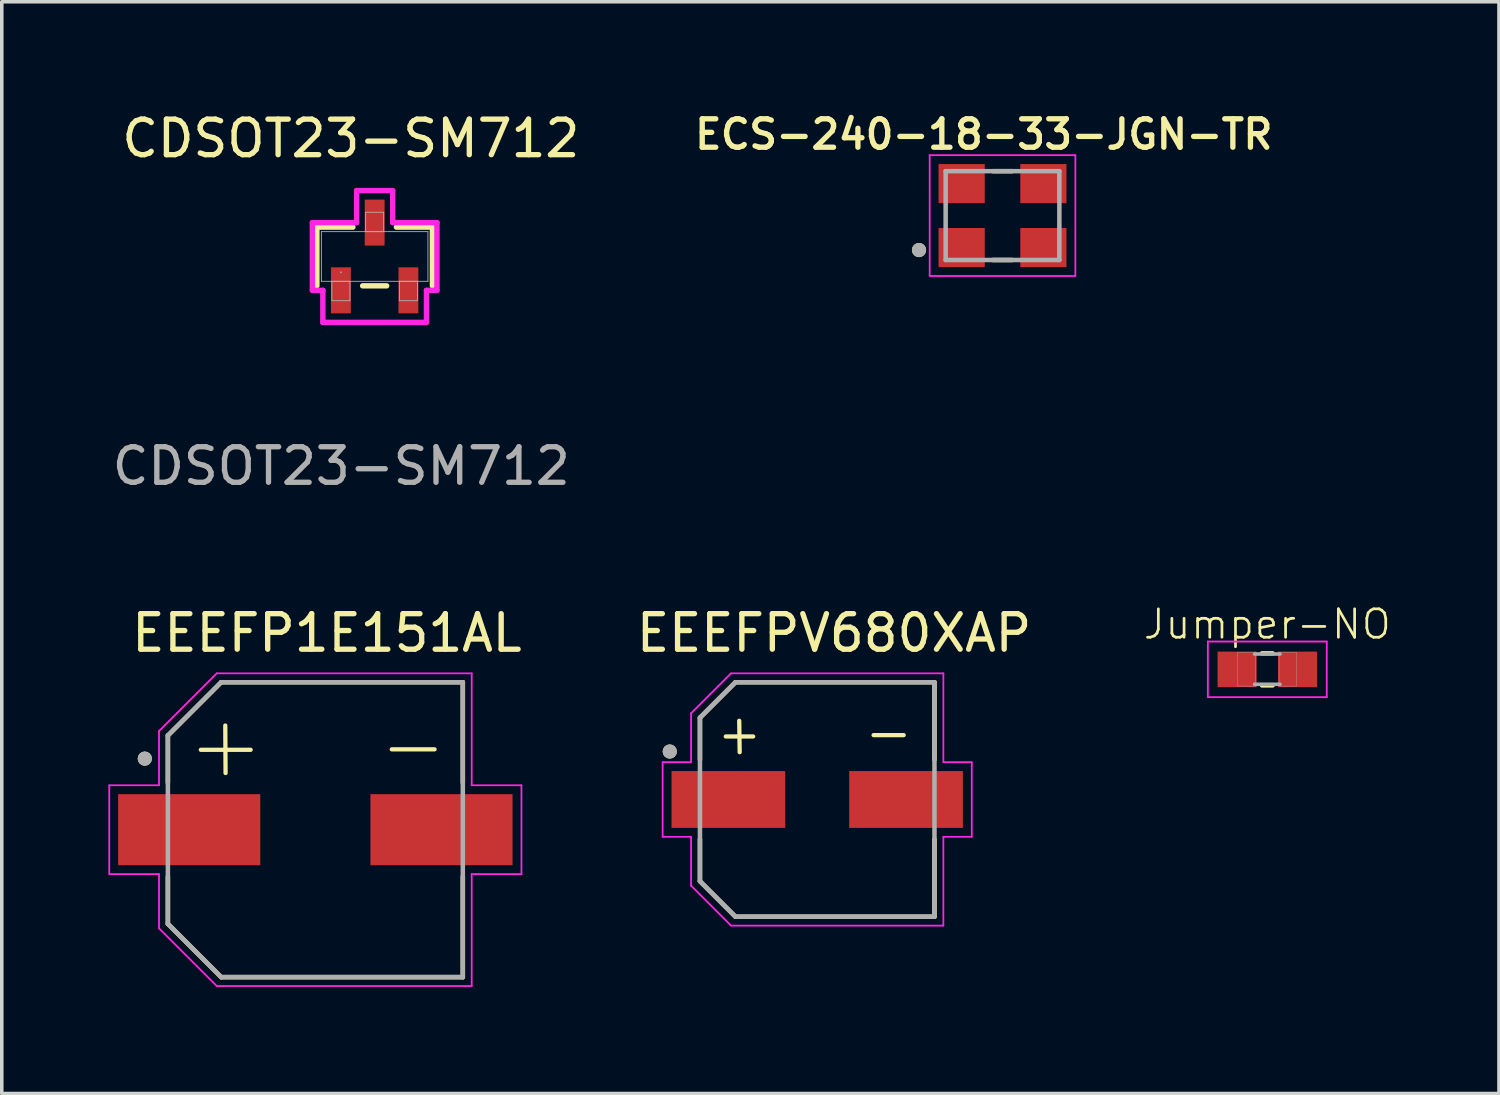
<source format=kicad_pcb>
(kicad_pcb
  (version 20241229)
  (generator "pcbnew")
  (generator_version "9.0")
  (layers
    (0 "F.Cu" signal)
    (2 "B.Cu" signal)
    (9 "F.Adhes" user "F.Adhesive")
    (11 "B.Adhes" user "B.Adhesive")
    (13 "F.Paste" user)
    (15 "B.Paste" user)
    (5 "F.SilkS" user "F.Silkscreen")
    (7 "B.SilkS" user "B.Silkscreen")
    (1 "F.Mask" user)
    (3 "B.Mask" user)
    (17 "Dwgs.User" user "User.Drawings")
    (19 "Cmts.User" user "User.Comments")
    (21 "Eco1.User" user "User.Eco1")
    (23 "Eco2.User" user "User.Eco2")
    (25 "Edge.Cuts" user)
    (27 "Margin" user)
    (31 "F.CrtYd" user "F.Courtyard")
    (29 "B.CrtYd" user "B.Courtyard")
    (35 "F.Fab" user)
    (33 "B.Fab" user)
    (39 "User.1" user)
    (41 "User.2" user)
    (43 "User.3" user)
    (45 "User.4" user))
  (footprint "CDSOT23-SM712"
    (layer "F.Cu")
    (at 7.494 4.168)
    (property "Reference" "CDSOT23-SM712" (at -0.67 -3.32 0) (unlocked yes) (layer "F.SilkS") (effects (font (size 1 1) (thickness 0.15))))
    (attr smd)
    (fp_line (start -1.626 -0.826) (end -1.626 0.826) (stroke (width 0.152) (type solid)) (layer "F.SilkS"))
    (fp_line (start -0.612 -0.826) (end -1.626 -0.826) (stroke (width 0.152) (type solid)) (layer "F.SilkS"))
    (fp_line (start -0.338 0.826) (end 0.338 0.826) (stroke (width 0.152) (type solid)) (layer "F.SilkS"))
    (fp_line (start 1.626 -0.826) (end 0.612 -0.826) (stroke (width 0.152) (type solid)) (layer "F.SilkS"))
    (fp_line (start 1.626 0.826) (end 1.626 -0.826) (stroke (width 0.152) (type solid)) (layer "F.SilkS"))
    (fp_line (start -1.753 -0.953) (end -0.508 -0.953) (stroke (width 0.152) (type solid)) (layer "F.CrtYd"))
    (fp_line (start -1.753 0.953) (end -1.753 -0.953) (stroke (width 0.152) (type solid)) (layer "F.CrtYd"))
    (fp_line (start -1.753 0.953) (end -1.458 0.953) (stroke (width 0.152) (type solid)) (layer "F.CrtYd"))
    (fp_line (start -1.458 0.953) (end -1.458 1.854) (stroke (width 0.152) (type solid)) (layer "F.CrtYd"))
    (fp_line (start -1.458 1.854) (end 1.458 1.854) (stroke (width 0.152) (type solid)) (layer "F.CrtYd"))
    (fp_line (start -0.508 -1.854) (end 0.508 -1.854) (stroke (width 0.152) (type solid)) (layer "F.CrtYd"))
    (fp_line (start -0.508 -0.953) (end -0.508 -1.854) (stroke (width 0.152) (type solid)) (layer "F.CrtYd"))
    (fp_line (start 0.508 -0.953) (end 0.508 -1.854) (stroke (width 0.152) (type solid)) (layer "F.CrtYd"))
    (fp_line (start 1.458 0.953) (end 1.458 1.854) (stroke (width 0.152) (type solid)) (layer "F.CrtYd"))
    (fp_line (start 1.753 -0.953) (end 0.508 -0.953) (stroke (width 0.152) (type solid)) (layer "F.CrtYd"))
    (fp_line (start 1.753 -0.953) (end 1.753 0.953) (stroke (width 0.152) (type solid)) (layer "F.CrtYd"))
    (fp_line (start 1.753 0.953) (end 1.458 0.953) (stroke (width 0.152) (type solid)) (layer "F.CrtYd"))
    (fp_line (start -1.499 -0.699) (end -1.499 0.699) (stroke (width 0.025) (type solid)) (layer "F.Fab"))
    (fp_line (start -1.499 0.699) (end 1.499 0.699) (stroke (width 0.025) (type solid)) (layer "F.Fab"))
    (fp_line (start -1.204 0.699) (end -1.204 1.245) (stroke (width 0.025) (type solid)) (layer "F.Fab"))
    (fp_line (start -1.204 1.245) (end -0.696 1.245) (stroke (width 0.025) (type solid)) (layer "F.Fab"))
    (fp_line (start -0.696 0.699) (end -1.204 0.699) (stroke (width 0.025) (type solid)) (layer "F.Fab"))
    (fp_line (start -0.696 1.245) (end -0.696 0.699) (stroke (width 0.025) (type solid)) (layer "F.Fab"))
    (fp_line (start -0.254 -1.245) (end -0.254 -0.699) (stroke (width 0.025) (type solid)) (layer "F.Fab"))
    (fp_line (start -0.254 -0.699) (end 0.254 -0.699) (stroke (width 0.025) (type solid)) (layer "F.Fab"))
    (fp_line (start 0.254 -1.245) (end -0.254 -1.245) (stroke (width 0.025) (type solid)) (layer "F.Fab"))
    (fp_line (start 0.254 -0.699) (end 0.254 -1.245) (stroke (width 0.025) (type solid)) (layer "F.Fab"))
    (fp_line (start 0.696 0.699) (end 0.696 1.245) (stroke (width 0.025) (type solid)) (layer "F.Fab"))
    (fp_line (start 0.696 1.245) (end 1.204 1.245) (stroke (width 0.025) (type solid)) (layer "F.Fab"))
    (fp_line (start 1.204 0.699) (end 0.696 0.699) (stroke (width 0.025) (type solid)) (layer "F.Fab"))
    (fp_line (start 1.204 1.245) (end 1.204 0.699) (stroke (width 0.025) (type solid)) (layer "F.Fab"))
    (fp_line (start 1.499 -0.699) (end -1.499 -0.699) (stroke (width 0.025) (type solid)) (layer "F.Fab"))
    (fp_line (start 1.499 0.699) (end 1.499 -0.699) (stroke (width 0.025) (type solid)) (layer "F.Fab"))
    (fp_circle (center -0.95 0.445) (end -0.95 0.445) (stroke (width 0.025) (type solid)) (fill no) (layer "F.Fab"))
    (fp_text user "${REFERENCE}" (at -0.94 5.9 0) (unlocked yes) (layer "F.Fab") (effects (font (size 1 1) (thickness 0.15))))
    (pad "1" smd rect (at -0.95 0.953) (size 0.559 1.295) (layers "F.Cu" "F.Mask" "F.Paste"))
    (pad "2" smd rect (at 0.95 0.953) (size 0.559 1.295) (layers "F.Cu" "F.Mask" "F.Paste"))
    (pad "3" smd rect (at 0 -0.953) (size 0.559 1.295) (layers "F.Cu" "F.Mask" "F.Paste")))
  (footprint "Jumper-NO"
    (layer "F.Cu")
    (at 32.616 15.788)
    (property "Reference" "Jumper-NO" (at 0 -1.27 0) (layer "F.SilkS") (effects (font (size 0.8 0.8) (thickness 0.076))))
    (attr through_hole)
    (fp_line (start -0.15 -0.45) (end 0.15 -0.45) (stroke (width 0.127) (type solid)) (layer "F.SilkS"))
    (fp_line (start -0.15 0.45) (end 0.15 0.45) (stroke (width 0.127) (type solid)) (layer "F.SilkS"))
    (fp_line (start -1.673 -0.783) (end 1.673 -0.783) (stroke (width 0.051) (type solid)) (layer "F.CrtYd"))
    (fp_line (start -1.673 0.783) (end -1.673 -0.783) (stroke (width 0.051) (type solid)) (layer "F.CrtYd"))
    (fp_line (start 1.673 -0.783) (end 1.673 0.783) (stroke (width 0.051) (type solid)) (layer "F.CrtYd"))
    (fp_line (start 1.673 0.783) (end -1.673 0.783) (stroke (width 0.051) (type solid)) (layer "F.CrtYd"))
    (fp_line (start -0.356 -0.432) (end 0.356 -0.432) (stroke (width 0.102) (type solid)) (layer "F.Fab"))
    (fp_line (start -0.356 0.419) (end 0.356 0.419) (stroke (width 0.102) (type solid)) (layer "F.Fab"))
    (fp_poly (pts (xy -0.839 -0.48) (xy -0.338 -0.48) (xy -0.338 0.47) (xy -0.839 0.47)) (stroke (width 0.01) (type solid)) (fill no) (layer "F.Fab"))
    (fp_poly (pts (xy 0.331 -0.48) (xy 0.83 -0.48) (xy 0.83 0.471) (xy 0.331 0.471)) (stroke (width 0.01) (type solid)) (fill no) (layer "F.Fab"))
    (pad "1" smd rect (at -0.85 0) (size 1.1 1) (layers "F.Cu" "F.Mask" "F.Paste"))
    (pad "2" smd rect (at 0.85 0) (size 1.1 1) (layers "F.Cu" "F.Mask" "F.Paste")))
  (footprint "ECS-240-18-33-JGN-TR"
    (layer "F.Cu")
    (at 25.164 3.017)
    (property "Reference" "ECS-240-18-33-JGN-TR" (at -0.527 -2.286 0) (layer "F.SilkS") (effects (font (size 0.8 0.8) (thickness 0.15))))
    (attr through_hole)
    (fp_line (start -0.27 1.25) (end 0.27 1.25) (stroke (width 0.127) (type solid)) (layer "F.SilkS"))
    (fp_line (start 0.27 -1.25) (end -0.27 -1.25) (stroke (width 0.127) (type solid)) (layer "F.SilkS"))
    (fp_circle (center -2.35 0.97) (end -2.25 0.97) (stroke (width 0.2) (type solid)) (fill no) (layer "F.SilkS"))
    (fp_line (start -2.05 -1.7) (end -2.05 1.7) (stroke (width 0.05) (type solid)) (layer "F.CrtYd"))
    (fp_line (start -2.05 1.7) (end 2.05 1.7) (stroke (width 0.05) (type solid)) (layer "F.CrtYd"))
    (fp_line (start 2.05 -1.7) (end -2.05 -1.7) (stroke (width 0.05) (type solid)) (layer "F.CrtYd"))
    (fp_line (start 2.05 1.7) (end 2.05 -1.7) (stroke (width 0.05) (type solid)) (layer "F.CrtYd"))
    (fp_line (start -1.6 -1.25) (end -1.6 1.25) (stroke (width 0.127) (type solid)) (layer "F.Fab"))
    (fp_line (start -1.6 1.25) (end 1.6 1.25) (stroke (width 0.127) (type solid)) (layer "F.Fab"))
    (fp_line (start 1.6 -1.25) (end -1.6 -1.25) (stroke (width 0.127) (type solid)) (layer "F.Fab"))
    (fp_line (start 1.6 1.25) (end 1.6 -1.25) (stroke (width 0.127) (type solid)) (layer "F.Fab"))
    (fp_circle (center -2.35 0.97) (end -2.25 0.97) (stroke (width 0.2) (type solid)) (fill no) (layer "F.Fab"))
    (pad "1" smd rect (at -1.15 0.9) (size 1.3 1.1) (layers "F.Cu" "F.Mask" "F.Paste"))
    (pad "2" smd rect (at 1.15 0.9) (size 1.3 1.1) (layers "F.Cu" "F.Mask" "F.Paste"))
    (pad "3" smd rect (at 1.15 -0.9) (size 1.3 1.1) (layers "F.Cu" "F.Mask" "F.Paste"))
    (pad "4" smd rect (at -1.15 -0.9) (size 1.3 1.1) (layers "F.Cu" "F.Mask" "F.Paste")))
  (footprint "EEEFPV680XAP"
    (layer "F.Cu")
    (at 19.949 19.45)
    (property "Reference" "EEEFPV680XAP" (at 0.475 -4.685 0) (layer "F.SilkS") (effects (font (size 1 1) (thickness 0.15))))
    (attr through_hole)
    (fp_line (start -3.3 -2.3) (end -3.3 -1.12) (stroke (width 0.127) (type solid)) (layer "F.SilkS"))
    (fp_line (start -3.3 1.12) (end -3.3 2.3) (stroke (width 0.127) (type solid)) (layer "F.SilkS"))
    (fp_line (start -3.3 2.3) (end -2.3 3.3) (stroke (width 0.127) (type solid)) (layer "F.SilkS"))
    (fp_line (start -2.573 -1.773) (end -1.803 -1.773) (stroke (width 0.12) (type solid)) (layer "F.SilkS"))
    (fp_line (start -2.3 -3.3) (end -3.3 -2.3) (stroke (width 0.127) (type solid)) (layer "F.SilkS"))
    (fp_line (start -2.3 3.3) (end 3.3 3.3) (stroke (width 0.127) (type solid)) (layer "F.SilkS"))
    (fp_line (start -2.195 -2.215) (end -2.182 -1.331) (stroke (width 0.12) (type solid)) (layer "F.SilkS"))
    (fp_line (start 1.587 -1.811) (end 2.433 -1.811) (stroke (width 0.12) (type solid)) (layer "F.SilkS"))
    (fp_line (start 3.3 -3.3) (end -2.3 -3.3) (stroke (width 0.127) (type solid)) (layer "F.SilkS"))
    (fp_line (start 3.3 -1.12) (end 3.3 -3.3) (stroke (width 0.127) (type solid)) (layer "F.SilkS"))
    (fp_line (start 3.3 3.3) (end 3.3 1.12) (stroke (width 0.127) (type solid)) (layer "F.SilkS"))
    (fp_circle (center -4.15 -1.35) (end -4.05 -1.35) (stroke (width 0.2) (type solid)) (fill no) (layer "F.SilkS"))
    (fp_line (start -4.35 -1.05) (end -3.55 -1.05) (stroke (width 0.05) (type solid)) (layer "F.CrtYd"))
    (fp_line (start -4.35 1.05) (end -4.35 -1.05) (stroke (width 0.05) (type solid)) (layer "F.CrtYd"))
    (fp_line (start -3.55 -2.425) (end -2.425 -3.55) (stroke (width 0.05) (type solid)) (layer "F.CrtYd"))
    (fp_line (start -3.55 -1.05) (end -3.55 -2.425) (stroke (width 0.05) (type solid)) (layer "F.CrtYd"))
    (fp_line (start -3.55 1.05) (end -4.35 1.05) (stroke (width 0.05) (type solid)) (layer "F.CrtYd"))
    (fp_line (start -3.55 2.425) (end -3.55 1.05) (stroke (width 0.05) (type solid)) (layer "F.CrtYd"))
    (fp_line (start -2.425 -3.55) (end 3.55 -3.55) (stroke (width 0.05) (type solid)) (layer "F.CrtYd"))
    (fp_line (start -2.425 3.55) (end -3.55 2.425) (stroke (width 0.05) (type solid)) (layer "F.CrtYd"))
    (fp_line (start 3.55 -3.55) (end 3.55 -1.05) (stroke (width 0.05) (type solid)) (layer "F.CrtYd"))
    (fp_line (start 3.55 -1.05) (end 4.35 -1.05) (stroke (width 0.05) (type solid)) (layer "F.CrtYd"))
    (fp_line (start 3.55 1.05) (end 3.55 3.55) (stroke (width 0.05) (type solid)) (layer "F.CrtYd"))
    (fp_line (start 3.55 3.55) (end -2.425 3.55) (stroke (width 0.05) (type solid)) (layer "F.CrtYd"))
    (fp_line (start 4.35 -1.05) (end 4.35 1.05) (stroke (width 0.05) (type solid)) (layer "F.CrtYd"))
    (fp_line (start 4.35 1.05) (end 3.55 1.05) (stroke (width 0.05) (type solid)) (layer "F.CrtYd"))
    (fp_line (start -3.3 -2.3) (end -3.3 2.3) (stroke (width 0.127) (type solid)) (layer "F.Fab"))
    (fp_line (start -3.3 2.3) (end -2.3 3.3) (stroke (width 0.127) (type solid)) (layer "F.Fab"))
    (fp_line (start -2.3 -3.3) (end -3.3 -2.3) (stroke (width 0.127) (type solid)) (layer "F.Fab"))
    (fp_line (start -2.3 3.3) (end 3.3 3.3) (stroke (width 0.127) (type solid)) (layer "F.Fab"))
    (fp_line (start 3.3 -3.3) (end -2.3 -3.3) (stroke (width 0.127) (type solid)) (layer "F.Fab"))
    (fp_line (start 3.3 3.3) (end 3.3 -3.3) (stroke (width 0.127) (type solid)) (layer "F.Fab"))
    (fp_circle (center -4.15 -1.35) (end -4.05 -1.35) (stroke (width 0.2) (type solid)) (fill no) (layer "F.Fab"))
    (pad "1" smd rect (at -2.5 0) (size 3.2 1.6) (layers "F.Cu" "F.Mask" "F.Paste"))
    (pad "2" smd rect (at 2.5 0) (size 3.2 1.6) (layers "F.Cu" "F.Mask" "F.Paste")))
  (footprint "EEEFP1E151AL"
    (layer "F.Cu")
    (at 5.825 20.3)
    (property "Reference" "EEEFP1E151AL" (at 0.325 -5.535 0) (layer "F.SilkS") (effects (font (size 1 1) (thickness 0.15))))
    (attr through_hole)
    (fp_line (start -4.15 -2.65) (end -4.15 -1.32) (stroke (width 0.127) (type solid)) (layer "F.SilkS"))
    (fp_line (start -4.15 1.32) (end -4.15 2.65) (stroke (width 0.127) (type solid)) (layer "F.SilkS"))
    (fp_line (start -4.15 2.65) (end -2.65 4.15) (stroke (width 0.127) (type solid)) (layer "F.SilkS"))
    (fp_line (start -3.223 -2.248) (end -1.821 -2.248) (stroke (width 0.12) (type solid)) (layer "F.SilkS"))
    (fp_line (start -2.65 -4.15) (end -4.15 -2.65) (stroke (width 0.127) (type solid)) (layer "F.SilkS"))
    (fp_line (start -2.65 4.15) (end 4.15 4.15) (stroke (width 0.127) (type solid)) (layer "F.SilkS"))
    (fp_line (start -2.535 -2.931) (end -2.527 -1.595) (stroke (width 0.12) (type solid)) (layer "F.SilkS"))
    (fp_line (start 2.151 -2.261) (end 3.355 -2.261) (stroke (width 0.12) (type solid)) (layer "F.SilkS"))
    (fp_line (start 4.15 -4.15) (end -2.65 -4.15) (stroke (width 0.127) (type solid)) (layer "F.SilkS"))
    (fp_line (start 4.15 -1.32) (end 4.15 -4.15) (stroke (width 0.127) (type solid)) (layer "F.SilkS"))
    (fp_line (start 4.15 4.15) (end 4.15 1.32) (stroke (width 0.127) (type solid)) (layer "F.SilkS"))
    (fp_circle (center -4.8 -2) (end -4.7 -2) (stroke (width 0.2) (type solid)) (fill no) (layer "F.SilkS"))
    (fp_line (start -5.8 -1.25) (end -4.4 -1.25) (stroke (width 0.05) (type solid)) (layer "F.CrtYd"))
    (fp_line (start -5.8 1.25) (end -5.8 -1.25) (stroke (width 0.05) (type solid)) (layer "F.CrtYd"))
    (fp_line (start -4.4 -2.775) (end -2.775 -4.4) (stroke (width 0.05) (type solid)) (layer "F.CrtYd"))
    (fp_line (start -4.4 -1.25) (end -4.4 -2.775) (stroke (width 0.05) (type solid)) (layer "F.CrtYd"))
    (fp_line (start -4.4 1.25) (end -5.8 1.25) (stroke (width 0.05) (type solid)) (layer "F.CrtYd"))
    (fp_line (start -4.4 2.775) (end -4.4 1.25) (stroke (width 0.05) (type solid)) (layer "F.CrtYd"))
    (fp_line (start -2.775 -4.4) (end 4.4 -4.4) (stroke (width 0.05) (type solid)) (layer "F.CrtYd"))
    (fp_line (start -2.775 4.4) (end -4.4 2.775) (stroke (width 0.05) (type solid)) (layer "F.CrtYd"))
    (fp_line (start 4.4 -4.4) (end 4.4 -1.25) (stroke (width 0.05) (type solid)) (layer "F.CrtYd"))
    (fp_line (start 4.4 -1.25) (end 5.8 -1.25) (stroke (width 0.05) (type solid)) (layer "F.CrtYd"))
    (fp_line (start 4.4 1.25) (end 4.4 4.4) (stroke (width 0.05) (type solid)) (layer "F.CrtYd"))
    (fp_line (start 4.4 4.4) (end -2.775 4.4) (stroke (width 0.05) (type solid)) (layer "F.CrtYd"))
    (fp_line (start 5.8 -1.25) (end 5.8 1.25) (stroke (width 0.05) (type solid)) (layer "F.CrtYd"))
    (fp_line (start 5.8 1.25) (end 4.4 1.25) (stroke (width 0.05) (type solid)) (layer "F.CrtYd"))
    (fp_line (start -4.15 -2.65) (end -4.15 2.65) (stroke (width 0.127) (type solid)) (layer "F.Fab"))
    (fp_line (start -4.15 2.65) (end -2.65 4.15) (stroke (width 0.127) (type solid)) (layer "F.Fab"))
    (fp_line (start -2.65 -4.15) (end -4.15 -2.65) (stroke (width 0.127) (type solid)) (layer "F.Fab"))
    (fp_line (start -2.65 4.15) (end 4.15 4.15) (stroke (width 0.127) (type solid)) (layer "F.Fab"))
    (fp_line (start 4.15 -4.15) (end -2.65 -4.15) (stroke (width 0.127) (type solid)) (layer "F.Fab"))
    (fp_line (start 4.15 4.15) (end 4.15 -4.15) (stroke (width 0.127) (type solid)) (layer "F.Fab"))
    (fp_circle (center -4.8 -2) (end -4.7 -2) (stroke (width 0.2) (type solid)) (fill no) (layer "F.Fab"))
    (pad "1" smd rect (at -3.55 0) (size 4 2) (layers "F.Cu" "F.Mask" "F.Paste"))
    (pad "2" smd rect (at 3.55 0) (size 4 2) (layers "F.Cu" "F.Mask" "F.Paste")))
  (gr_rect
    (start -3 -3)
    (end 39.136 27.725)
    (stroke (width 0.1) (type default))
    (fill no)
    (layer "Edge.Cuts")))
</source>
